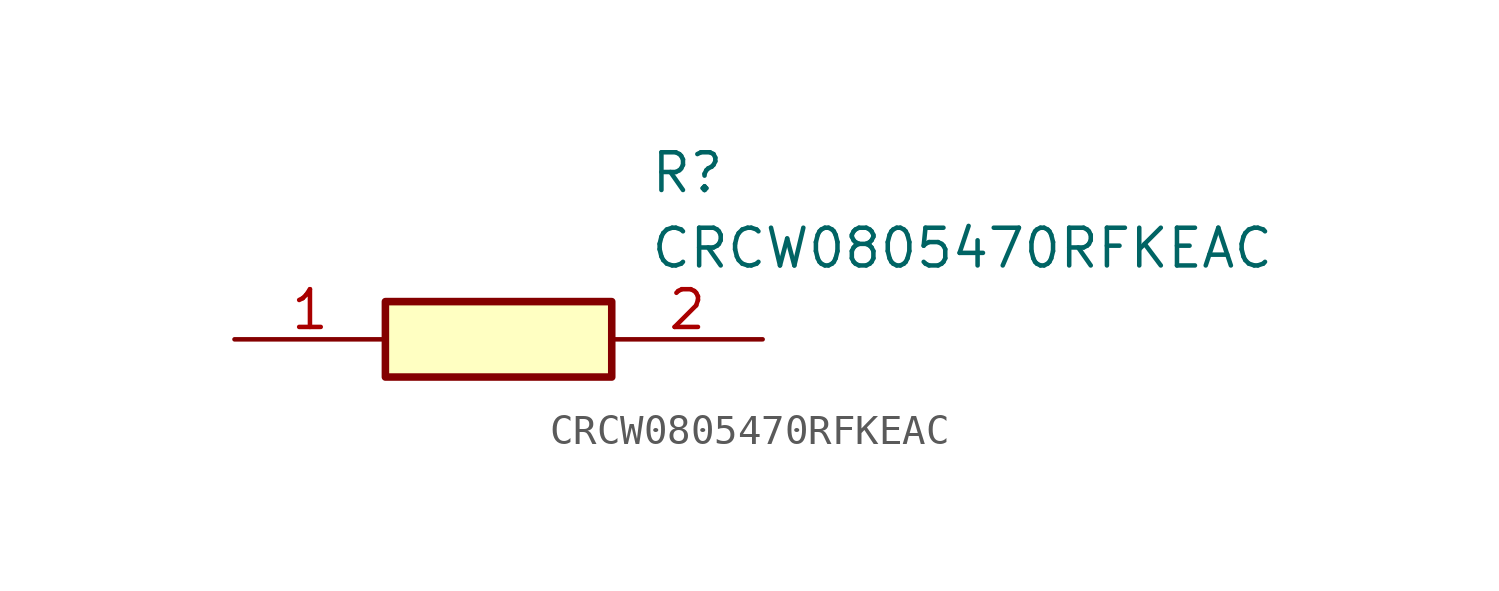
<source format=kicad_sym>
(kicad_symbol_lib
  (version 20211014)
  (generator SamacSys_ECAD_Model)
  (symbol "CRCW0805470RFKEAC"
    (pin_names hide)
    (property "Reference" "R"
      (at 13.97 6.35 0)
      (effects (font (size 1.27 1.27)) (justify left top)))
    (property "Value" "CRCW0805470RFKEAC"
      (at 13.97 3.81 0)
      (effects (font (size 1.27 1.27)) (justify left top)))
    (rectangle
      (start 5.08 1.27)
      (end 12.7 -1.27)
      (stroke (width 0.254) (type default))
      (fill (type background)))
    (pin passive line
      (at 0 0 0)
      (length 5.08)
      (name "1" (effects (font (size 1.27 1.27))))
      (number "1" (effects (font (size 1.27 1.27)))))
    (pin passive line
      (at 17.78 0 180)
      (length 5.08)
      (name "2" (effects (font (size 1.27 1.27))))
      (number "2" (effects (font (size 1.27 1.27)))))))
</source>
